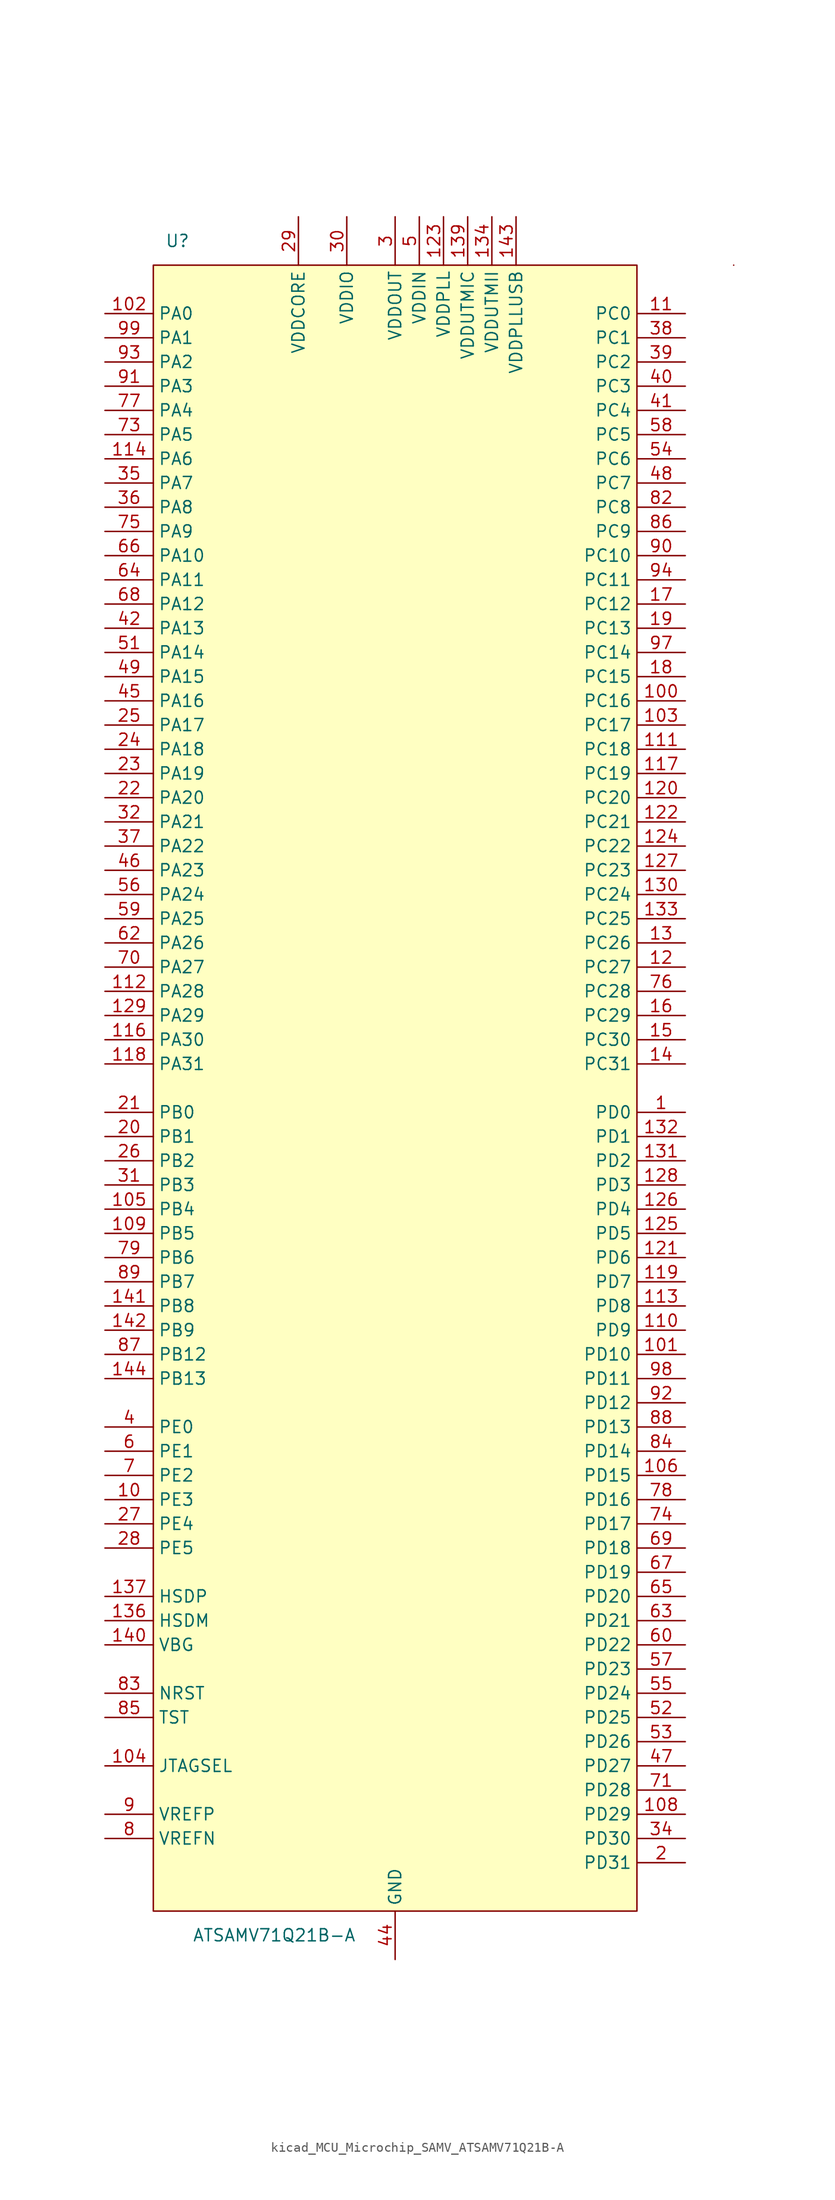
<source format=kicad_sym>
(kicad_symbol_lib
  (version 20220914)
  (generator kicad_symbol_editor)
  (symbol "kicad_MCU_Microchip_SAMV_ATSAMV71Q21B-A"
    (property "Reference" "U"
      (at -22.86 88.9 0)
      (effects (font (size 1.27 1.27))))
    (property "Value" "ATSAMV71Q21B-A"
      (at -12.7 -88.9 0)
      (effects (font (size 1.27 1.27))))
    (symbol "kicad_MCU_Microchip_SAMV_ATSAMV71Q21B-A_0_1"
      (rectangle (start 25.4 86.36) (end -25.4 -86.36) (stroke (width 0) (type default)) (fill (type background)))
      (rectangle (start 35.56 86.36) (end 35.56 86.36) (stroke (width 0) (type default)) (fill (type none))))
    (symbol "kicad_MCU_Microchip_SAMV_ATSAMV71Q21B-A_1_1"
      (pin bidirectional line (at 30.48 -2.54 180) (length 5.08) (name "PD0" (effects (font (size 1.27 1.27)))) (number "1" (effects (font (size 1.27 1.27)))))
      (pin bidirectional line (at -30.48 -43.18 0) (length 5.08) (name "PE3" (effects (font (size 1.27 1.27)))) (number "10" (effects (font (size 1.27 1.27)))))
      (pin bidirectional line (at 30.48 40.64 180) (length 5.08) (name "PC16" (effects (font (size 1.27 1.27)))) (number "100" (effects (font (size 1.27 1.27)))))
      (pin bidirectional line (at 30.48 -27.94 180) (length 5.08) (name "PD10" (effects (font (size 1.27 1.27)))) (number "101" (effects (font (size 1.27 1.27)))))
      (pin bidirectional line (at -30.48 81.28 0) (length 5.08) (name "PA0" (effects (font (size 1.27 1.27)))) (number "102" (effects (font (size 1.27 1.27)))))
      (pin bidirectional line (at 30.48 38.1 180) (length 5.08) (name "PC17" (effects (font (size 1.27 1.27)))) (number "103" (effects (font (size 1.27 1.27)))))
      (pin input line (at -30.48 -71.12 0) (length 5.08) (name "JTAGSEL" (effects (font (size 1.27 1.27)))) (number "104" (effects (font (size 1.27 1.27)))))
      (pin bidirectional line (at -30.48 -12.7 0) (length 5.08) (name "PB4" (effects (font (size 1.27 1.27)))) (number "105" (effects (font (size 1.27 1.27)))))
      (pin bidirectional line (at 30.48 -40.64 180) (length 5.08) (name "PD15" (effects (font (size 1.27 1.27)))) (number "106" (effects (font (size 1.27 1.27)))))
      (pin passive line (at -10.16 91.44 270) (length 5.08) hide (name "VDDCORE" (effects (font (size 1.27 1.27)))) (number "107" (effects (font (size 1.27 1.27)))))
      (pin bidirectional line (at 30.48 -76.2 180) (length 5.08) (name "PD29" (effects (font (size 1.27 1.27)))) (number "108" (effects (font (size 1.27 1.27)))))
      (pin bidirectional line (at -30.48 -15.24 0) (length 5.08) (name "PB5" (effects (font (size 1.27 1.27)))) (number "109" (effects (font (size 1.27 1.27)))))
      (pin bidirectional line (at 30.48 81.28 180) (length 5.08) (name "PC0" (effects (font (size 1.27 1.27)))) (number "11" (effects (font (size 1.27 1.27)))))
      (pin bidirectional line (at 30.48 -25.4 180) (length 5.08) (name "PD9" (effects (font (size 1.27 1.27)))) (number "110" (effects (font (size 1.27 1.27)))))
      (pin bidirectional line (at 30.48 35.56 180) (length 5.08) (name "PC18" (effects (font (size 1.27 1.27)))) (number "111" (effects (font (size 1.27 1.27)))))
      (pin bidirectional line (at -30.48 10.16 0) (length 5.08) (name "PA28" (effects (font (size 1.27 1.27)))) (number "112" (effects (font (size 1.27 1.27)))))
      (pin bidirectional line (at 30.48 -22.86 180) (length 5.08) (name "PD8" (effects (font (size 1.27 1.27)))) (number "113" (effects (font (size 1.27 1.27)))))
      (pin bidirectional line (at -30.48 66.04 0) (length 5.08) (name "PA6" (effects (font (size 1.27 1.27)))) (number "114" (effects (font (size 1.27 1.27)))))
      (pin passive line (at 0 -91.44 90) (length 5.08) hide (name "GND" (effects (font (size 1.27 1.27)))) (number "115" (effects (font (size 1.27 1.27)))))
      (pin bidirectional line (at -30.48 5.08 0) (length 5.08) (name "PA30" (effects (font (size 1.27 1.27)))) (number "116" (effects (font (size 1.27 1.27)))))
      (pin bidirectional line (at 30.48 33.02 180) (length 5.08) (name "PC19" (effects (font (size 1.27 1.27)))) (number "117" (effects (font (size 1.27 1.27)))))
      (pin bidirectional line (at -30.48 2.54 0) (length 5.08) (name "PA31" (effects (font (size 1.27 1.27)))) (number "118" (effects (font (size 1.27 1.27)))))
      (pin bidirectional line (at 30.48 -20.32 180) (length 5.08) (name "PD7" (effects (font (size 1.27 1.27)))) (number "119" (effects (font (size 1.27 1.27)))))
      (pin bidirectional line (at 30.48 12.7 180) (length 5.08) (name "PC27" (effects (font (size 1.27 1.27)))) (number "12" (effects (font (size 1.27 1.27)))))
      (pin bidirectional line (at 30.48 30.48 180) (length 5.08) (name "PC20" (effects (font (size 1.27 1.27)))) (number "120" (effects (font (size 1.27 1.27)))))
      (pin bidirectional line (at 30.48 -17.78 180) (length 5.08) (name "PD6" (effects (font (size 1.27 1.27)))) (number "121" (effects (font (size 1.27 1.27)))))
      (pin bidirectional line (at 30.48 27.94 180) (length 5.08) (name "PC21" (effects (font (size 1.27 1.27)))) (number "122" (effects (font (size 1.27 1.27)))))
      (pin power_in line (at 5.08 91.44 270) (length 5.08) (name "VDDPLL" (effects (font (size 1.27 1.27)))) (number "123" (effects (font (size 1.27 1.27)))))
      (pin bidirectional line (at 30.48 25.4 180) (length 5.08) (name "PC22" (effects (font (size 1.27 1.27)))) (number "124" (effects (font (size 1.27 1.27)))))
      (pin bidirectional line (at 30.48 -15.24 180) (length 5.08) (name "PD5" (effects (font (size 1.27 1.27)))) (number "125" (effects (font (size 1.27 1.27)))))
      (pin bidirectional line (at 30.48 -12.7 180) (length 5.08) (name "PD4" (effects (font (size 1.27 1.27)))) (number "126" (effects (font (size 1.27 1.27)))))
      (pin bidirectional line (at 30.48 22.86 180) (length 5.08) (name "PC23" (effects (font (size 1.27 1.27)))) (number "127" (effects (font (size 1.27 1.27)))))
      (pin bidirectional line (at 30.48 -10.16 180) (length 5.08) (name "PD3" (effects (font (size 1.27 1.27)))) (number "128" (effects (font (size 1.27 1.27)))))
      (pin bidirectional line (at -30.48 7.62 0) (length 5.08) (name "PA29" (effects (font (size 1.27 1.27)))) (number "129" (effects (font (size 1.27 1.27)))))
      (pin bidirectional line (at 30.48 15.24 180) (length 5.08) (name "PC26" (effects (font (size 1.27 1.27)))) (number "13" (effects (font (size 1.27 1.27)))))
      (pin bidirectional line (at 30.48 20.32 180) (length 5.08) (name "PC24" (effects (font (size 1.27 1.27)))) (number "130" (effects (font (size 1.27 1.27)))))
      (pin bidirectional line (at 30.48 -7.62 180) (length 5.08) (name "PD2" (effects (font (size 1.27 1.27)))) (number "131" (effects (font (size 1.27 1.27)))))
      (pin bidirectional line (at 30.48 -5.08 180) (length 5.08) (name "PD1" (effects (font (size 1.27 1.27)))) (number "132" (effects (font (size 1.27 1.27)))))
      (pin bidirectional line (at 30.48 17.78 180) (length 5.08) (name "PC25" (effects (font (size 1.27 1.27)))) (number "133" (effects (font (size 1.27 1.27)))))
      (pin power_in line (at 10.16 91.44 270) (length 5.08) (name "VDDUTMII" (effects (font (size 1.27 1.27)))) (number "134" (effects (font (size 1.27 1.27)))))
      (pin passive line (at 0 -91.44 90) (length 5.08) hide (name "GND" (effects (font (size 1.27 1.27)))) (number "135" (effects (font (size 1.27 1.27)))))
      (pin bidirectional line (at -30.48 -55.88 0) (length 5.08) (name "HSDM" (effects (font (size 1.27 1.27)))) (number "136" (effects (font (size 1.27 1.27)))))
      (pin bidirectional line (at -30.48 -53.34 0) (length 5.08) (name "HSDP" (effects (font (size 1.27 1.27)))) (number "137" (effects (font (size 1.27 1.27)))))
      (pin passive line (at 0 -91.44 90) (length 5.08) hide (name "GND" (effects (font (size 1.27 1.27)))) (number "138" (effects (font (size 1.27 1.27)))))
      (pin power_in line (at 7.62 91.44 270) (length 5.08) (name "VDDUTMIC" (effects (font (size 1.27 1.27)))) (number "139" (effects (font (size 1.27 1.27)))))
      (pin bidirectional line (at 30.48 2.54 180) (length 5.08) (name "PC31" (effects (font (size 1.27 1.27)))) (number "14" (effects (font (size 1.27 1.27)))))
      (pin input line (at -30.48 -58.42 0) (length 5.08) (name "VBG" (effects (font (size 1.27 1.27)))) (number "140" (effects (font (size 1.27 1.27)))))
      (pin bidirectional line (at -30.48 -22.86 0) (length 5.08) (name "PB8" (effects (font (size 1.27 1.27)))) (number "141" (effects (font (size 1.27 1.27)))))
      (pin bidirectional line (at -30.48 -25.4 0) (length 5.08) (name "PB9" (effects (font (size 1.27 1.27)))) (number "142" (effects (font (size 1.27 1.27)))))
      (pin power_in line (at 12.7 91.44 270) (length 5.08) (name "VDDPLLUSB" (effects (font (size 1.27 1.27)))) (number "143" (effects (font (size 1.27 1.27)))))
      (pin bidirectional line (at -30.48 -30.48 0) (length 5.08) (name "PB13" (effects (font (size 1.27 1.27)))) (number "144" (effects (font (size 1.27 1.27)))))
      (pin bidirectional line (at 30.48 5.08 180) (length 5.08) (name "PC30" (effects (font (size 1.27 1.27)))) (number "15" (effects (font (size 1.27 1.27)))))
      (pin bidirectional line (at 30.48 7.62 180) (length 5.08) (name "PC29" (effects (font (size 1.27 1.27)))) (number "16" (effects (font (size 1.27 1.27)))))
      (pin bidirectional line (at 30.48 50.8 180) (length 5.08) (name "PC12" (effects (font (size 1.27 1.27)))) (number "17" (effects (font (size 1.27 1.27)))))
      (pin bidirectional line (at 30.48 43.18 180) (length 5.08) (name "PC15" (effects (font (size 1.27 1.27)))) (number "18" (effects (font (size 1.27 1.27)))))
      (pin bidirectional line (at 30.48 48.26 180) (length 5.08) (name "PC13" (effects (font (size 1.27 1.27)))) (number "19" (effects (font (size 1.27 1.27)))))
      (pin bidirectional line (at 30.48 -81.28 180) (length 5.08) (name "PD31" (effects (font (size 1.27 1.27)))) (number "2" (effects (font (size 1.27 1.27)))))
      (pin bidirectional line (at -30.48 -5.08 0) (length 5.08) (name "PB1" (effects (font (size 1.27 1.27)))) (number "20" (effects (font (size 1.27 1.27)))))
      (pin bidirectional line (at -30.48 -2.54 0) (length 5.08) (name "PB0" (effects (font (size 1.27 1.27)))) (number "21" (effects (font (size 1.27 1.27)))))
      (pin bidirectional line (at -30.48 30.48 0) (length 5.08) (name "PA20" (effects (font (size 1.27 1.27)))) (number "22" (effects (font (size 1.27 1.27)))))
      (pin bidirectional line (at -30.48 33.02 0) (length 5.08) (name "PA19" (effects (font (size 1.27 1.27)))) (number "23" (effects (font (size 1.27 1.27)))))
      (pin bidirectional line (at -30.48 35.56 0) (length 5.08) (name "PA18" (effects (font (size 1.27 1.27)))) (number "24" (effects (font (size 1.27 1.27)))))
      (pin bidirectional line (at -30.48 38.1 0) (length 5.08) (name "PA17" (effects (font (size 1.27 1.27)))) (number "25" (effects (font (size 1.27 1.27)))))
      (pin bidirectional line (at -30.48 -7.62 0) (length 5.08) (name "PB2" (effects (font (size 1.27 1.27)))) (number "26" (effects (font (size 1.27 1.27)))))
      (pin bidirectional line (at -30.48 -45.72 0) (length 5.08) (name "PE4" (effects (font (size 1.27 1.27)))) (number "27" (effects (font (size 1.27 1.27)))))
      (pin bidirectional line (at -30.48 -48.26 0) (length 5.08) (name "PE5" (effects (font (size 1.27 1.27)))) (number "28" (effects (font (size 1.27 1.27)))))
      (pin power_in line (at -10.16 91.44 270) (length 5.08) (name "VDDCORE" (effects (font (size 1.27 1.27)))) (number "29" (effects (font (size 1.27 1.27)))))
      (pin power_in line (at 0 91.44 270) (length 5.08) (name "VDDOUT" (effects (font (size 1.27 1.27)))) (number "3" (effects (font (size 1.27 1.27)))))
      (pin power_in line (at -5.08 91.44 270) (length 5.08) (name "VDDIO" (effects (font (size 1.27 1.27)))) (number "30" (effects (font (size 1.27 1.27)))))
      (pin bidirectional line (at -30.48 -10.16 0) (length 5.08) (name "PB3" (effects (font (size 1.27 1.27)))) (number "31" (effects (font (size 1.27 1.27)))))
      (pin bidirectional line (at -30.48 27.94 0) (length 5.08) (name "PA21" (effects (font (size 1.27 1.27)))) (number "32" (effects (font (size 1.27 1.27)))))
      (pin passive line (at -10.16 91.44 270) (length 5.08) hide (name "VDDCORE" (effects (font (size 1.27 1.27)))) (number "33" (effects (font (size 1.27 1.27)))))
      (pin bidirectional line (at 30.48 -78.74 180) (length 5.08) (name "PD30" (effects (font (size 1.27 1.27)))) (number "34" (effects (font (size 1.27 1.27)))))
      (pin bidirectional line (at -30.48 63.5 0) (length 5.08) (name "PA7" (effects (font (size 1.27 1.27)))) (number "35" (effects (font (size 1.27 1.27)))))
      (pin bidirectional line (at -30.48 60.96 0) (length 5.08) (name "PA8" (effects (font (size 1.27 1.27)))) (number "36" (effects (font (size 1.27 1.27)))))
      (pin bidirectional line (at -30.48 25.4 0) (length 5.08) (name "PA22" (effects (font (size 1.27 1.27)))) (number "37" (effects (font (size 1.27 1.27)))))
      (pin bidirectional line (at 30.48 78.74 180) (length 5.08) (name "PC1" (effects (font (size 1.27 1.27)))) (number "38" (effects (font (size 1.27 1.27)))))
      (pin bidirectional line (at 30.48 76.2 180) (length 5.08) (name "PC2" (effects (font (size 1.27 1.27)))) (number "39" (effects (font (size 1.27 1.27)))))
      (pin bidirectional line (at -30.48 -35.56 0) (length 5.08) (name "PE0" (effects (font (size 1.27 1.27)))) (number "4" (effects (font (size 1.27 1.27)))))
      (pin bidirectional line (at 30.48 73.66 180) (length 5.08) (name "PC3" (effects (font (size 1.27 1.27)))) (number "40" (effects (font (size 1.27 1.27)))))
      (pin bidirectional line (at 30.48 71.12 180) (length 5.08) (name "PC4" (effects (font (size 1.27 1.27)))) (number "41" (effects (font (size 1.27 1.27)))))
      (pin bidirectional line (at -30.48 48.26 0) (length 5.08) (name "PA13" (effects (font (size 1.27 1.27)))) (number "42" (effects (font (size 1.27 1.27)))))
      (pin passive line (at -5.08 91.44 270) (length 5.08) hide (name "VDDIO" (effects (font (size 1.27 1.27)))) (number "43" (effects (font (size 1.27 1.27)))))
      (pin power_in line (at 0 -91.44 90) (length 5.08) (name "GND" (effects (font (size 1.27 1.27)))) (number "44" (effects (font (size 1.27 1.27)))))
      (pin bidirectional line (at -30.48 40.64 0) (length 5.08) (name "PA16" (effects (font (size 1.27 1.27)))) (number "45" (effects (font (size 1.27 1.27)))))
      (pin bidirectional line (at -30.48 22.86 0) (length 5.08) (name "PA23" (effects (font (size 1.27 1.27)))) (number "46" (effects (font (size 1.27 1.27)))))
      (pin bidirectional line (at 30.48 -71.12 180) (length 5.08) (name "PD27" (effects (font (size 1.27 1.27)))) (number "47" (effects (font (size 1.27 1.27)))))
      (pin bidirectional line (at 30.48 63.5 180) (length 5.08) (name "PC7" (effects (font (size 1.27 1.27)))) (number "48" (effects (font (size 1.27 1.27)))))
      (pin bidirectional line (at -30.48 43.18 0) (length 5.08) (name "PA15" (effects (font (size 1.27 1.27)))) (number "49" (effects (font (size 1.27 1.27)))))
      (pin power_in line (at 2.54 91.44 270) (length 5.08) (name "VDDIN" (effects (font (size 1.27 1.27)))) (number "5" (effects (font (size 1.27 1.27)))))
      (pin passive line (at -10.16 91.44 270) (length 5.08) hide (name "VDDCORE" (effects (font (size 1.27 1.27)))) (number "50" (effects (font (size 1.27 1.27)))))
      (pin bidirectional line (at -30.48 45.72 0) (length 5.08) (name "PA14" (effects (font (size 1.27 1.27)))) (number "51" (effects (font (size 1.27 1.27)))))
      (pin bidirectional line (at 30.48 -66.04 180) (length 5.08) (name "PD25" (effects (font (size 1.27 1.27)))) (number "52" (effects (font (size 1.27 1.27)))))
      (pin bidirectional line (at 30.48 -68.58 180) (length 5.08) (name "PD26" (effects (font (size 1.27 1.27)))) (number "53" (effects (font (size 1.27 1.27)))))
      (pin bidirectional line (at 30.48 66.04 180) (length 5.08) (name "PC6" (effects (font (size 1.27 1.27)))) (number "54" (effects (font (size 1.27 1.27)))))
      (pin bidirectional line (at 30.48 -63.5 180) (length 5.08) (name "PD24" (effects (font (size 1.27 1.27)))) (number "55" (effects (font (size 1.27 1.27)))))
      (pin bidirectional line (at -30.48 20.32 0) (length 5.08) (name "PA24" (effects (font (size 1.27 1.27)))) (number "56" (effects (font (size 1.27 1.27)))))
      (pin bidirectional line (at 30.48 -60.96 180) (length 5.08) (name "PD23" (effects (font (size 1.27 1.27)))) (number "57" (effects (font (size 1.27 1.27)))))
      (pin bidirectional line (at 30.48 68.58 180) (length 5.08) (name "PC5" (effects (font (size 1.27 1.27)))) (number "58" (effects (font (size 1.27 1.27)))))
      (pin bidirectional line (at -30.48 17.78 0) (length 5.08) (name "PA25" (effects (font (size 1.27 1.27)))) (number "59" (effects (font (size 1.27 1.27)))))
      (pin bidirectional line (at -30.48 -38.1 0) (length 5.08) (name "PE1" (effects (font (size 1.27 1.27)))) (number "6" (effects (font (size 1.27 1.27)))))
      (pin bidirectional line (at 30.48 -58.42 180) (length 5.08) (name "PD22" (effects (font (size 1.27 1.27)))) (number "60" (effects (font (size 1.27 1.27)))))
      (pin passive line (at 0 -91.44 90) (length 5.08) hide (name "GND" (effects (font (size 1.27 1.27)))) (number "61" (effects (font (size 1.27 1.27)))))
      (pin bidirectional line (at -30.48 15.24 0) (length 5.08) (name "PA26" (effects (font (size 1.27 1.27)))) (number "62" (effects (font (size 1.27 1.27)))))
      (pin bidirectional line (at 30.48 -55.88 180) (length 5.08) (name "PD21" (effects (font (size 1.27 1.27)))) (number "63" (effects (font (size 1.27 1.27)))))
      (pin bidirectional line (at -30.48 53.34 0) (length 5.08) (name "PA11" (effects (font (size 1.27 1.27)))) (number "64" (effects (font (size 1.27 1.27)))))
      (pin bidirectional line (at 30.48 -53.34 180) (length 5.08) (name "PD20" (effects (font (size 1.27 1.27)))) (number "65" (effects (font (size 1.27 1.27)))))
      (pin bidirectional line (at -30.48 55.88 0) (length 5.08) (name "PA10" (effects (font (size 1.27 1.27)))) (number "66" (effects (font (size 1.27 1.27)))))
      (pin bidirectional line (at 30.48 -50.8 180) (length 5.08) (name "PD19" (effects (font (size 1.27 1.27)))) (number "67" (effects (font (size 1.27 1.27)))))
      (pin bidirectional line (at -30.48 50.8 0) (length 5.08) (name "PA12" (effects (font (size 1.27 1.27)))) (number "68" (effects (font (size 1.27 1.27)))))
      (pin bidirectional line (at 30.48 -48.26 180) (length 5.08) (name "PD18" (effects (font (size 1.27 1.27)))) (number "69" (effects (font (size 1.27 1.27)))))
      (pin bidirectional line (at -30.48 -40.64 0) (length 5.08) (name "PE2" (effects (font (size 1.27 1.27)))) (number "7" (effects (font (size 1.27 1.27)))))
      (pin bidirectional line (at -30.48 12.7 0) (length 5.08) (name "PA27" (effects (font (size 1.27 1.27)))) (number "70" (effects (font (size 1.27 1.27)))))
      (pin bidirectional line (at 30.48 -73.66 180) (length 5.08) (name "PD28" (effects (font (size 1.27 1.27)))) (number "71" (effects (font (size 1.27 1.27)))))
      (pin passive line (at -5.08 91.44 270) (length 5.08) hide (name "VDDIO" (effects (font (size 1.27 1.27)))) (number "72" (effects (font (size 1.27 1.27)))))
      (pin bidirectional line (at -30.48 68.58 0) (length 5.08) (name "PA5" (effects (font (size 1.27 1.27)))) (number "73" (effects (font (size 1.27 1.27)))))
      (pin bidirectional line (at 30.48 -45.72 180) (length 5.08) (name "PD17" (effects (font (size 1.27 1.27)))) (number "74" (effects (font (size 1.27 1.27)))))
      (pin bidirectional line (at -30.48 58.42 0) (length 5.08) (name "PA9" (effects (font (size 1.27 1.27)))) (number "75" (effects (font (size 1.27 1.27)))))
      (pin bidirectional line (at 30.48 10.16 180) (length 5.08) (name "PC28" (effects (font (size 1.27 1.27)))) (number "76" (effects (font (size 1.27 1.27)))))
      (pin bidirectional line (at -30.48 71.12 0) (length 5.08) (name "PA4" (effects (font (size 1.27 1.27)))) (number "77" (effects (font (size 1.27 1.27)))))
      (pin bidirectional line (at 30.48 -43.18 180) (length 5.08) (name "PD16" (effects (font (size 1.27 1.27)))) (number "78" (effects (font (size 1.27 1.27)))))
      (pin bidirectional line (at -30.48 -17.78 0) (length 5.08) (name "PB6" (effects (font (size 1.27 1.27)))) (number "79" (effects (font (size 1.27 1.27)))))
      (pin bidirectional line (at -30.48 -78.74 0) (length 5.08) (name "VREFN" (effects (font (size 1.27 1.27)))) (number "8" (effects (font (size 1.27 1.27)))))
      (pin passive line (at -5.08 91.44 270) (length 5.08) hide (name "VDDIO" (effects (font (size 1.27 1.27)))) (number "80" (effects (font (size 1.27 1.27)))))
      (pin passive line (at -10.16 91.44 270) (length 5.08) hide (name "VDDCORE" (effects (font (size 1.27 1.27)))) (number "81" (effects (font (size 1.27 1.27)))))
      (pin bidirectional line (at 30.48 60.96 180) (length 5.08) (name "PC8" (effects (font (size 1.27 1.27)))) (number "82" (effects (font (size 1.27 1.27)))))
      (pin bidirectional line (at -30.48 -63.5 0) (length 5.08) (name "NRST" (effects (font (size 1.27 1.27)))) (number "83" (effects (font (size 1.27 1.27)))))
      (pin bidirectional line (at 30.48 -38.1 180) (length 5.08) (name "PD14" (effects (font (size 1.27 1.27)))) (number "84" (effects (font (size 1.27 1.27)))))
      (pin input line (at -30.48 -66.04 0) (length 5.08) (name "TST" (effects (font (size 1.27 1.27)))) (number "85" (effects (font (size 1.27 1.27)))))
      (pin bidirectional line (at 30.48 58.42 180) (length 5.08) (name "PC9" (effects (font (size 1.27 1.27)))) (number "86" (effects (font (size 1.27 1.27)))))
      (pin bidirectional line (at -30.48 -27.94 0) (length 5.08) (name "PB12" (effects (font (size 1.27 1.27)))) (number "87" (effects (font (size 1.27 1.27)))))
      (pin bidirectional line (at 30.48 -35.56 180) (length 5.08) (name "PD13" (effects (font (size 1.27 1.27)))) (number "88" (effects (font (size 1.27 1.27)))))
      (pin bidirectional line (at -30.48 -20.32 0) (length 5.08) (name "PB7" (effects (font (size 1.27 1.27)))) (number "89" (effects (font (size 1.27 1.27)))))
      (pin input line (at -30.48 -76.2 0) (length 5.08) (name "VREFP" (effects (font (size 1.27 1.27)))) (number "9" (effects (font (size 1.27 1.27)))))
      (pin bidirectional line (at 30.48 55.88 180) (length 5.08) (name "PC10" (effects (font (size 1.27 1.27)))) (number "90" (effects (font (size 1.27 1.27)))))
      (pin bidirectional line (at -30.48 73.66 0) (length 5.08) (name "PA3" (effects (font (size 1.27 1.27)))) (number "91" (effects (font (size 1.27 1.27)))))
      (pin bidirectional line (at 30.48 -33.02 180) (length 5.08) (name "PD12" (effects (font (size 1.27 1.27)))) (number "92" (effects (font (size 1.27 1.27)))))
      (pin bidirectional line (at -30.48 76.2 0) (length 5.08) (name "PA2" (effects (font (size 1.27 1.27)))) (number "93" (effects (font (size 1.27 1.27)))))
      (pin bidirectional line (at 30.48 53.34 180) (length 5.08) (name "PC11" (effects (font (size 1.27 1.27)))) (number "94" (effects (font (size 1.27 1.27)))))
      (pin passive line (at 0 -91.44 90) (length 5.08) hide (name "GND" (effects (font (size 1.27 1.27)))) (number "95" (effects (font (size 1.27 1.27)))))
      (pin passive line (at -5.08 91.44 270) (length 5.08) hide (name "VDDIO" (effects (font (size 1.27 1.27)))) (number "96" (effects (font (size 1.27 1.27)))))
      (pin bidirectional line (at 30.48 45.72 180) (length 5.08) (name "PC14" (effects (font (size 1.27 1.27)))) (number "97" (effects (font (size 1.27 1.27)))))
      (pin bidirectional line (at 30.48 -30.48 180) (length 5.08) (name "PD11" (effects (font (size 1.27 1.27)))) (number "98" (effects (font (size 1.27 1.27)))))
      (pin bidirectional line (at -30.48 78.74 0) (length 5.08) (name "PA1" (effects (font (size 1.27 1.27)))) (number "99" (effects (font (size 1.27 1.27))))))))
</source>
